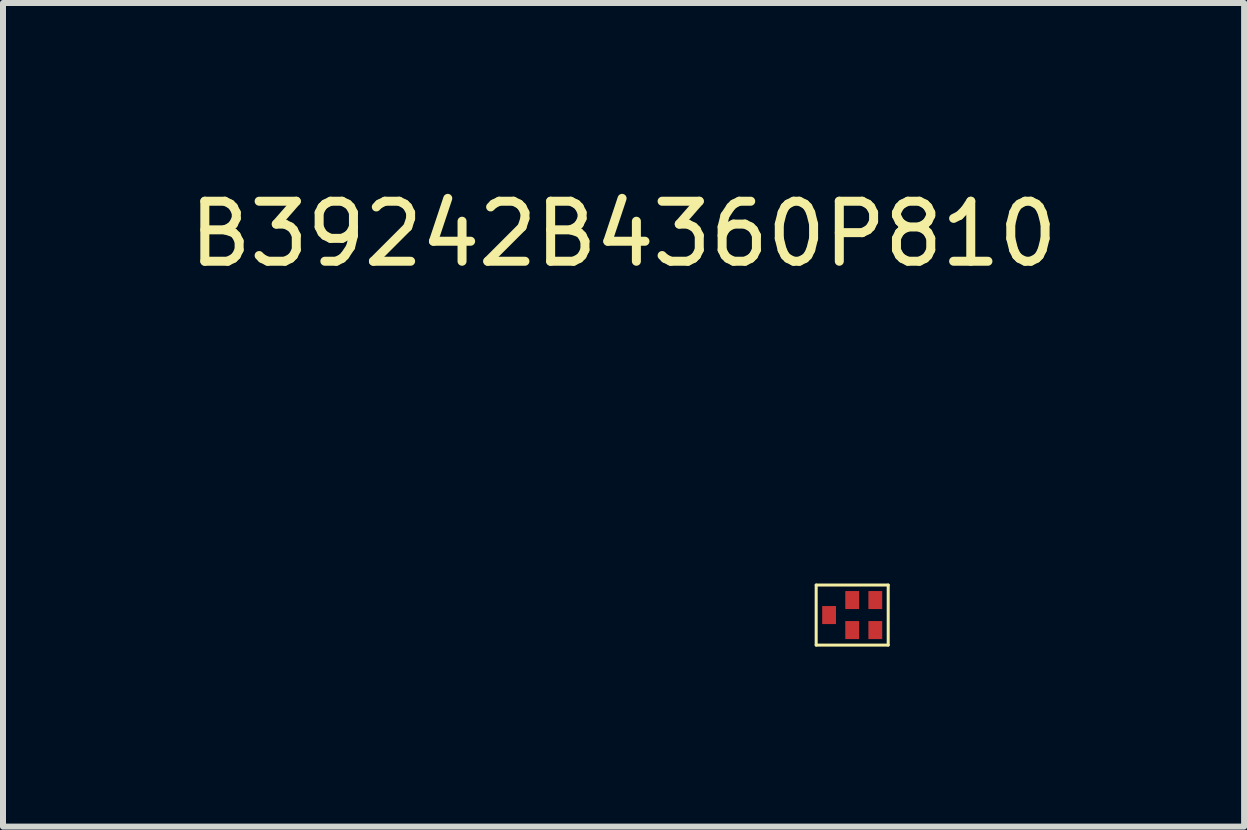
<source format=kicad_pcb>
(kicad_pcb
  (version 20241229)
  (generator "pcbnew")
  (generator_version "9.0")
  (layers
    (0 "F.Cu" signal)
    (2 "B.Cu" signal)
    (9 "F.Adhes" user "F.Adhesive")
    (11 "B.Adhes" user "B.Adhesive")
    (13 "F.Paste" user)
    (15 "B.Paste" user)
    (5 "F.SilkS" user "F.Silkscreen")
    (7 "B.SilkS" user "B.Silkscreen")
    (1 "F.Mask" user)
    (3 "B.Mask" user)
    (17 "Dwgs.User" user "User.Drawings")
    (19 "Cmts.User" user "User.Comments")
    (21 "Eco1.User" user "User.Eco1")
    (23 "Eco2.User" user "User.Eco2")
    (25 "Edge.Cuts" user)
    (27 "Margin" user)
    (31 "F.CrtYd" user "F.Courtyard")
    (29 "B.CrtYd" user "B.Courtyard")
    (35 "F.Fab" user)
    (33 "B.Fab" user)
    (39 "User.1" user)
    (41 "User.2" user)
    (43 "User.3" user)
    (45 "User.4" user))
  (footprint "B39242B4360P810"
    (layer "F.Cu")
    (at 11.149 7.198)
    (property "Reference" "B39242B4360P810" (at -3.81 -6.35 0) (layer "F.SilkS") (effects (font (size 1 1) (thickness 0.15))))
    (attr through_hole)
    (fp_line (start -0.6 -0.5) (end 0.6 -0.5) (stroke (width 0.05) (type solid)) (layer "F.SilkS"))
    (fp_line (start -0.6 0.5) (end -0.6 -0.5) (stroke (width 0.05) (type solid)) (layer "F.SilkS"))
    (fp_line (start 0.6 -0.5) (end 0.6 0.5) (stroke (width 0.05) (type solid)) (layer "F.SilkS"))
    (fp_line (start 0.6 0.5) (end -0.6 0.5) (stroke (width 0.05) (type solid)) (layer "F.SilkS"))
    (pad "1" smd rect (at -0.385 0) (size 0.23 0.3) (layers "F.Cu" "F.Mask" "F.Paste"))
    (pad "2" smd rect (at 0 0.25) (size 0.23 0.3) (layers "F.Cu" "F.Mask" "F.Paste"))
    (pad "3" smd rect (at 0.385 0.25) (size 0.23 0.3) (layers "F.Cu" "F.Mask" "F.Paste"))
    (pad "4" smd rect (at 0.385 -0.25) (size 0.23 0.3) (layers "F.Cu" "F.Mask" "F.Paste"))
    (pad "5" smd rect (at 0 -0.25) (size 0.23 0.3) (layers "F.Cu" "F.Mask" "F.Paste")))
  (gr_rect
    (start -3 -3)
    (end 17.679 10.723)
    (stroke (width 0.1) (type default))
    (fill no)
    (layer "Edge.Cuts")))
</source>
